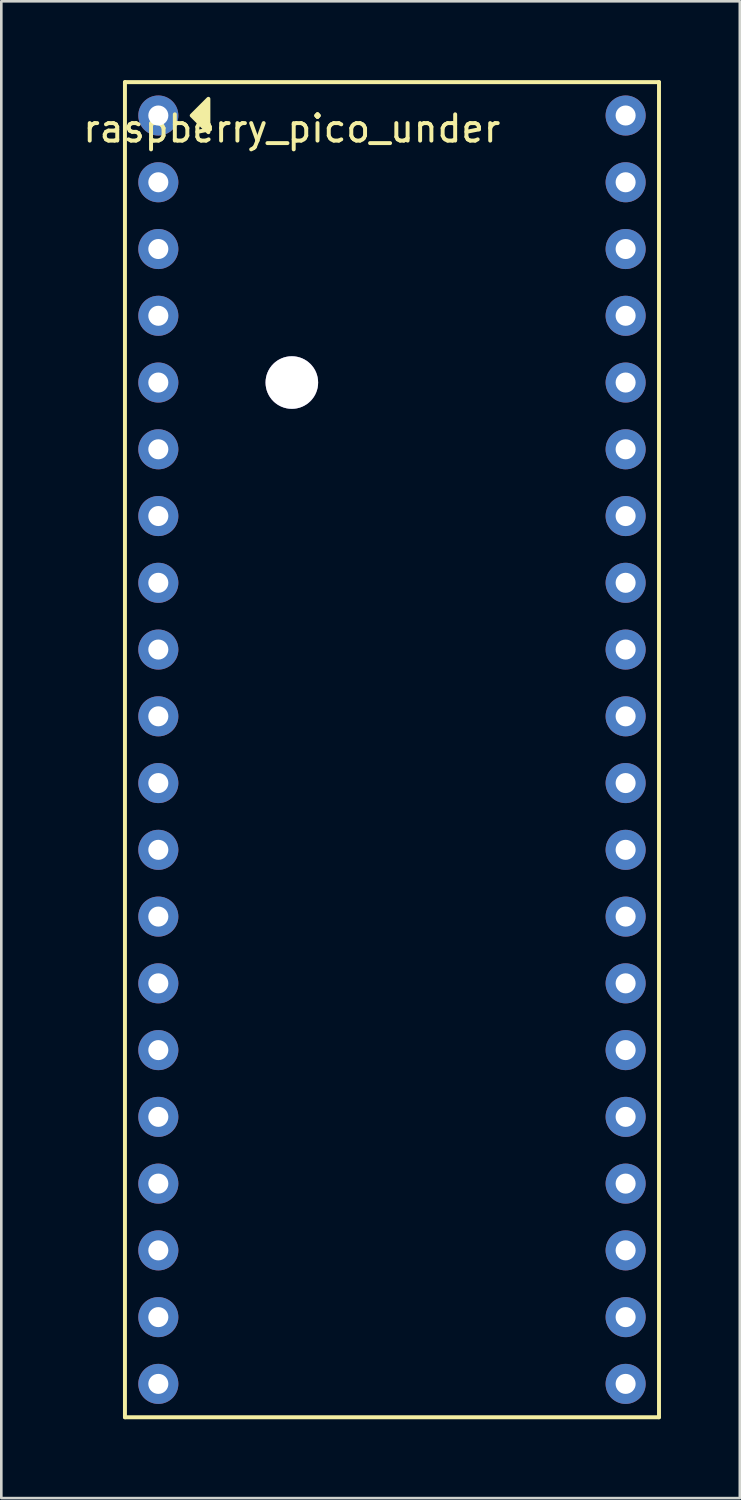
<source format=kicad_pcb>
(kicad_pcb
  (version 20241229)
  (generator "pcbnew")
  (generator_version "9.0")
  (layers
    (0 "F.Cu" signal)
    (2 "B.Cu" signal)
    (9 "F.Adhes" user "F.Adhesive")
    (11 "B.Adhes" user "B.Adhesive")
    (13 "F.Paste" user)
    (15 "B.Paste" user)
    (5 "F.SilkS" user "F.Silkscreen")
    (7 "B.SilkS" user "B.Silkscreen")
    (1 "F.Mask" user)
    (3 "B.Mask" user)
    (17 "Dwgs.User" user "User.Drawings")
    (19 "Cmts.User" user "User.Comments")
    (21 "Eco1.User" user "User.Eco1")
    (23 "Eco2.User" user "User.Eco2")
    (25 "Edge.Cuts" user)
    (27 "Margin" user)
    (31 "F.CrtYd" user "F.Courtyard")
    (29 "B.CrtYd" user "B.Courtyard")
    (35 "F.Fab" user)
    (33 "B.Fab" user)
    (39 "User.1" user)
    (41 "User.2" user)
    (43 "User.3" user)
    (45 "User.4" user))
  (footprint "raspberry_pico_under"
    (layer "F.Cu")
    (at 8.054 1.345)
    (property "Reference" "raspberry_pico_under" (at 0 0.5 0) (layer "F.SilkS") (effects (font (size 1 1) (thickness 0.15))))
    (attr through_hole)
    (fp_line (start -6.35 -1.27) (end 13.97 -1.27) (stroke (width 0.15) (type solid)) (layer "F.SilkS"))
    (fp_line (start -6.35 49.53) (end -6.35 -1.27) (stroke (width 0.15) (type solid)) (layer "F.SilkS"))
    (fp_line (start 13.97 -1.27) (end 13.97 49.53) (stroke (width 0.15) (type solid)) (layer "F.SilkS"))
    (fp_line (start 13.97 49.53) (end -6.35 49.53) (stroke (width 0.15) (type solid)) (layer "F.SilkS"))
    (fp_poly (pts (xy -3.81 0) (xy -3.175 -0.635) (xy -3.175 0.635)) (stroke (width 0.15) (type solid)) (fill yes) (layer "F.SilkS"))
    (pad "" thru_hole circle (at 0 10.16) (size 2 2) (drill 2) (layers "*.Cu" "*.Mask"))
    (pad "1" thru_hole circle (at -5.08 0) (size 1.524 1.524) (drill 0.762) (layers "*.Cu" "*.Mask"))
    (pad "2" thru_hole circle (at -5.08 2.54) (size 1.524 1.524) (drill 0.762) (layers "*.Cu" "*.Mask"))
    (pad "3" thru_hole circle (at -5.08 5.08) (size 1.524 1.524) (drill 0.762) (layers "*.Cu" "*.Mask"))
    (pad "4" thru_hole circle (at -5.08 7.62) (size 1.524 1.524) (drill 0.762) (layers "*.Cu" "*.Mask"))
    (pad "5" thru_hole circle (at -5.08 10.16) (size 1.524 1.524) (drill 0.762) (layers "*.Cu" "*.Mask"))
    (pad "6" thru_hole circle (at -5.08 12.7) (size 1.524 1.524) (drill 0.762) (layers "*.Cu" "*.Mask"))
    (pad "7" thru_hole circle (at -5.08 15.24) (size 1.524 1.524) (drill 0.762) (layers "*.Cu" "*.Mask"))
    (pad "8" thru_hole circle (at -5.08 17.78) (size 1.524 1.524) (drill 0.762) (layers "*.Cu" "*.Mask"))
    (pad "9" thru_hole circle (at -5.08 20.32) (size 1.524 1.524) (drill 0.762) (layers "*.Cu" "*.Mask"))
    (pad "10" thru_hole circle (at -5.08 22.86) (size 1.524 1.524) (drill 0.762) (layers "*.Cu" "*.Mask"))
    (pad "11" thru_hole circle (at -5.08 25.4) (size 1.524 1.524) (drill 0.762) (layers "*.Cu" "*.Mask"))
    (pad "12" thru_hole circle (at -5.08 27.94) (size 1.524 1.524) (drill 0.762) (layers "*.Cu" "*.Mask"))
    (pad "13" thru_hole circle (at -5.08 30.48) (size 1.524 1.524) (drill 0.762) (layers "*.Cu" "*.Mask"))
    (pad "14" thru_hole circle (at -5.08 33.02) (size 1.524 1.524) (drill 0.762) (layers "*.Cu" "*.Mask"))
    (pad "15" thru_hole circle (at -5.08 35.56) (size 1.524 1.524) (drill 0.762) (layers "*.Cu" "*.Mask"))
    (pad "16" thru_hole circle (at -5.08 38.1) (size 1.524 1.524) (drill 0.762) (layers "*.Cu" "*.Mask"))
    (pad "17" thru_hole circle (at -5.08 40.64) (size 1.524 1.524) (drill 0.762) (layers "*.Cu" "*.Mask"))
    (pad "18" thru_hole circle (at -5.08 43.18) (size 1.524 1.524) (drill 0.762) (layers "*.Cu" "*.Mask"))
    (pad "19" thru_hole circle (at -5.08 45.72) (size 1.524 1.524) (drill 0.762) (layers "*.Cu" "*.Mask"))
    (pad "20" thru_hole circle (at -5.08 48.26) (size 1.524 1.524) (drill 0.762) (layers "*.Cu" "*.Mask"))
    (pad "21" thru_hole circle (at 12.7 48.26) (size 1.524 1.524) (drill 0.762) (layers "*.Cu" "*.Mask"))
    (pad "22" thru_hole circle (at 12.7 45.72) (size 1.524 1.524) (drill 0.762) (layers "*.Cu" "*.Mask"))
    (pad "23" thru_hole circle (at 12.7 43.18) (size 1.524 1.524) (drill 0.762) (layers "*.Cu" "*.Mask"))
    (pad "24" thru_hole circle (at 12.7 40.64) (size 1.524 1.524) (drill 0.762) (layers "*.Cu" "*.Mask"))
    (pad "25" thru_hole circle (at 12.7 38.1) (size 1.524 1.524) (drill 0.762) (layers "*.Cu" "*.Mask"))
    (pad "26" thru_hole circle (at 12.7 35.56) (size 1.524 1.524) (drill 0.762) (layers "*.Cu" "*.Mask"))
    (pad "27" thru_hole circle (at 12.7 33.02) (size 1.524 1.524) (drill 0.762) (layers "*.Cu" "*.Mask"))
    (pad "28" thru_hole circle (at 12.7 30.48) (size 1.524 1.524) (drill 0.762) (layers "*.Cu" "*.Mask"))
    (pad "29" thru_hole circle (at 12.7 27.94) (size 1.524 1.524) (drill 0.762) (layers "*.Cu" "*.Mask"))
    (pad "30" thru_hole circle (at 12.7 25.4) (size 1.524 1.524) (drill 0.762) (layers "*.Cu" "*.Mask"))
    (pad "31" thru_hole circle (at 12.7 22.86) (size 1.524 1.524) (drill 0.762) (layers "*.Cu" "*.Mask"))
    (pad "32" thru_hole circle (at 12.7 20.32) (size 1.524 1.524) (drill 0.762) (layers "*.Cu" "*.Mask"))
    (pad "33" thru_hole circle (at 12.7 17.78) (size 1.524 1.524) (drill 0.762) (layers "*.Cu" "*.Mask"))
    (pad "34" thru_hole circle (at 12.7 15.24) (size 1.524 1.524) (drill 0.762) (layers "*.Cu" "*.Mask"))
    (pad "35" thru_hole circle (at 12.7 12.7) (size 1.524 1.524) (drill 0.762) (layers "*.Cu" "*.Mask"))
    (pad "36" thru_hole circle (at 12.7 10.16) (size 1.524 1.524) (drill 0.762) (layers "*.Cu" "*.Mask"))
    (pad "37" thru_hole circle (at 12.7 7.62) (size 1.524 1.524) (drill 0.762) (layers "*.Cu" "*.Mask"))
    (pad "38" thru_hole circle (at 12.7 5.08) (size 1.524 1.524) (drill 0.762) (layers "*.Cu" "*.Mask"))
    (pad "39" thru_hole circle (at 12.7 2.54) (size 1.524 1.524) (drill 0.762) (layers "*.Cu" "*.Mask"))
    (pad "40" thru_hole circle (at 12.7 0) (size 1.524 1.524) (drill 0.762) (layers "*.Cu" "*.Mask")))
  (gr_rect
    (start -3 -3)
    (end 25.099 53.95)
    (stroke (width 0.1) (type default))
    (fill no)
    (layer "Edge.Cuts")))
</source>
